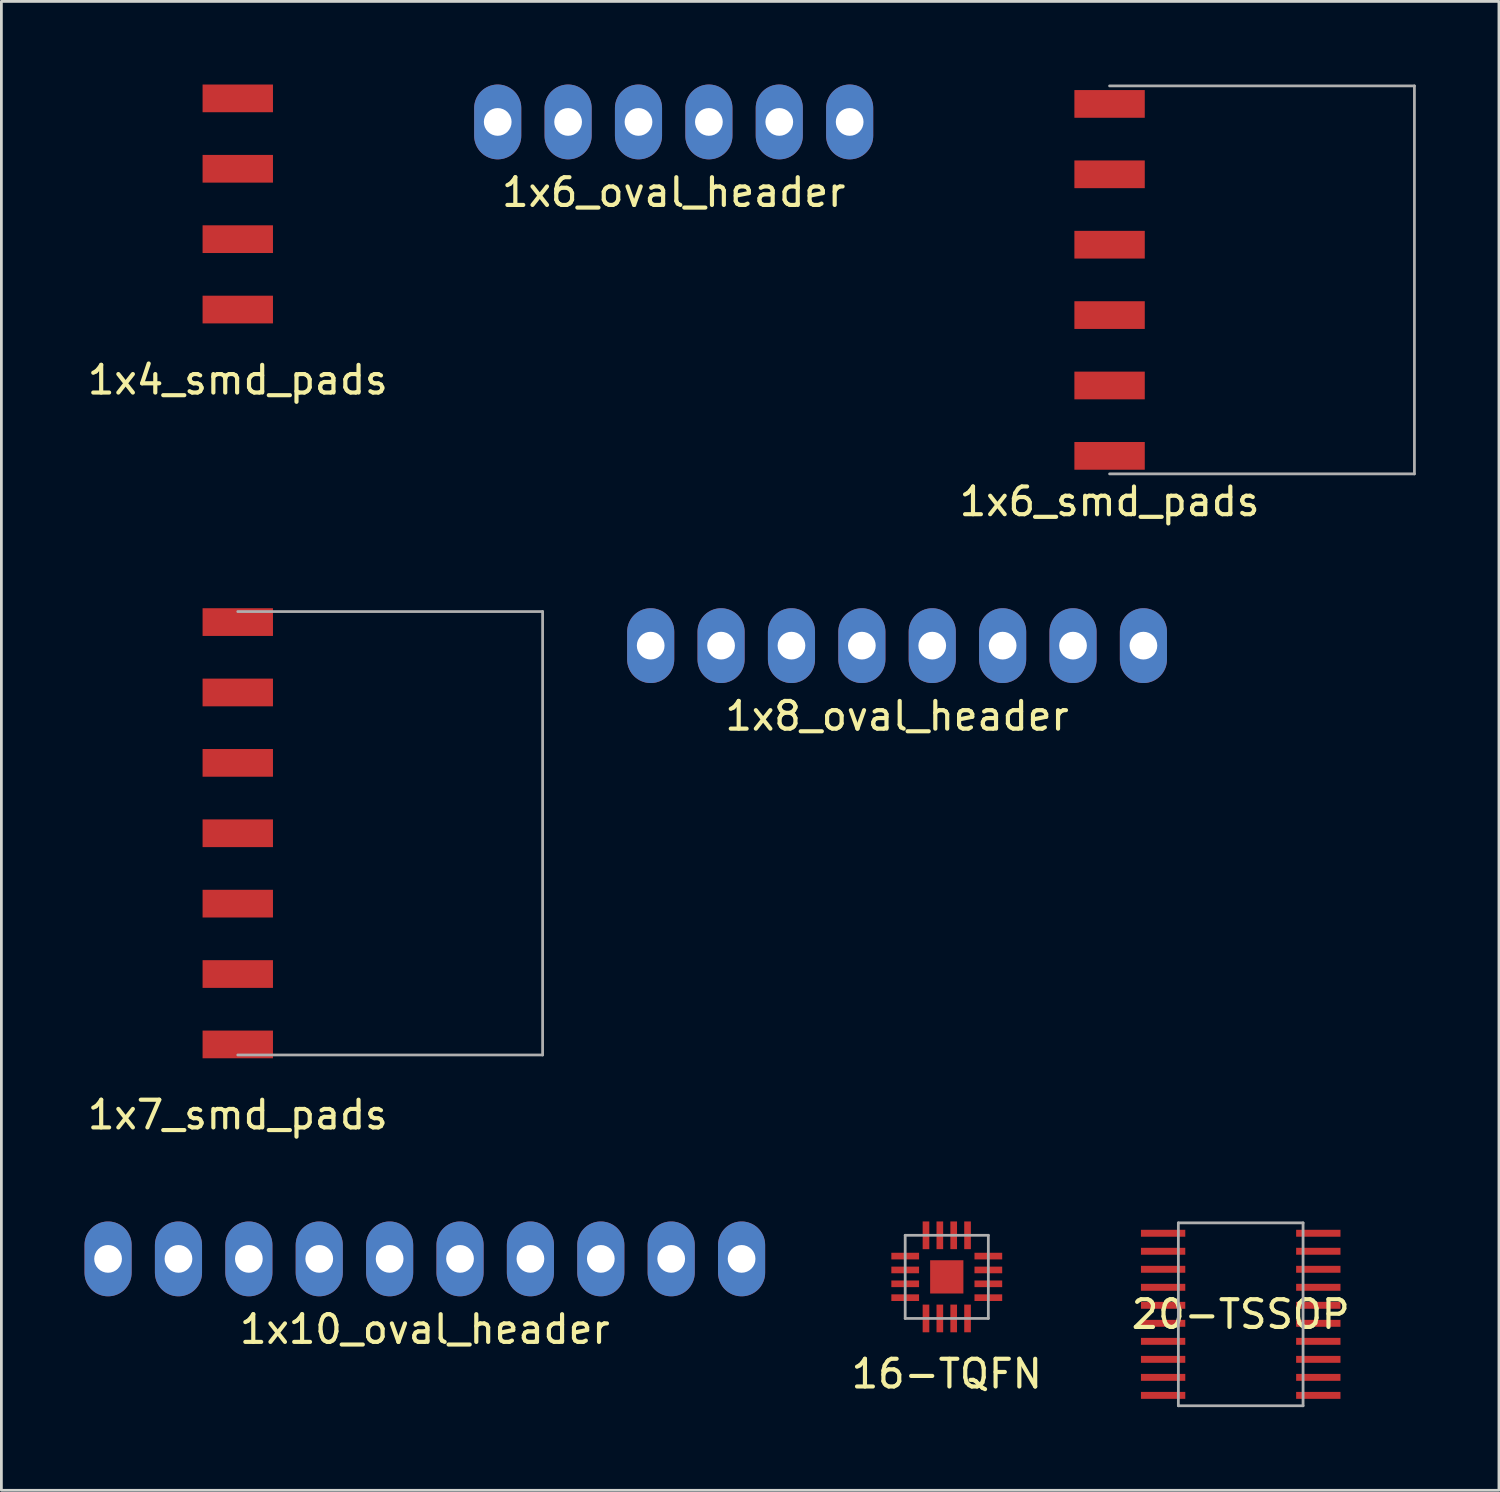
<source format=kicad_pcb>
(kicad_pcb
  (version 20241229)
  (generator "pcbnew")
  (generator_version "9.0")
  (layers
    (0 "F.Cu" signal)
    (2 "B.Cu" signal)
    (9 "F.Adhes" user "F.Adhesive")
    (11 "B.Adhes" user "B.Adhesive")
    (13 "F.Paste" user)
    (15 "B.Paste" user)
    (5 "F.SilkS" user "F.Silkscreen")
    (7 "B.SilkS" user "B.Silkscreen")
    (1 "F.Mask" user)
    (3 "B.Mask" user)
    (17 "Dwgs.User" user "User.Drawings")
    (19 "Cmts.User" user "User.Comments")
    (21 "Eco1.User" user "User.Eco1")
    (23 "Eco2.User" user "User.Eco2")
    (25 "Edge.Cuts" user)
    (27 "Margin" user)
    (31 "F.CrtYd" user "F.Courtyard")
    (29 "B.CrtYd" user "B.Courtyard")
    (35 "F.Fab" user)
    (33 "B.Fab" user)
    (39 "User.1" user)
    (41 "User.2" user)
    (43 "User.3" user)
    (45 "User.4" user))
  (footprint "1x6_smd_pads"
    (layer "F.Cu")
    (at 36.989 7.05)
    (property "Reference" "1x6_smd_pads" (at 0 8 0) (layer "F.SilkS") (effects (font (size 1 1) (thickness 0.15))))
    (attr through_hole)
    (fp_line (start 0 -7) (end 11 -7) (stroke (width 0.1) (type solid)) (layer "F.Fab"))
    (fp_line (start 0 7) (end 11 7) (stroke (width 0.1) (type solid)) (layer "F.Fab"))
    (fp_line (start 11 -7) (end 11 7) (stroke (width 0.1) (type solid)) (layer "F.Fab"))
    (pad "1" smd rect (at 0 -6.35) (size 2.54 1) (layers "F.Cu" "F.Mask" "F.Paste"))
    (pad "2" smd rect (at 0 -3.81) (size 2.54 1) (layers "F.Cu" "F.Mask" "F.Paste"))
    (pad "3" smd rect (at 0 -1.27) (size 2.54 1) (layers "F.Cu" "F.Mask" "F.Paste"))
    (pad "4" smd rect (at 0 1.27) (size 2.54 1) (layers "F.Cu" "F.Mask" "F.Paste"))
    (pad "5" smd rect (at 0 3.81) (size 2.54 1) (layers "F.Cu" "F.Mask" "F.Paste"))
    (pad "6" smd rect (at 0 6.35) (size 2.54 1) (layers "F.Cu" "F.Mask" "F.Paste")))
  (footprint "1x6_oval_header"
    (layer "F.Cu")
    (at 14.91 1.35)
    (property "Reference" "1x6_oval_header" (at 6.35 2.54 0) (layer "F.SilkS") (effects (font (size 1 1) (thickness 0.15))))
    (attr through_hole)
    (pad "1" thru_hole oval (at 0 0) (size 1.7 2.7) (drill 1) (layers "*.Cu" "*.Mask"))
    (pad "2" thru_hole oval (at 2.54 0) (size 1.7 2.7) (drill 1) (layers "*.Cu" "*.Mask"))
    (pad "3" thru_hole oval (at 5.08 0) (size 1.7 2.7) (drill 1) (layers "*.Cu" "*.Mask"))
    (pad "4" thru_hole oval (at 7.62 0) (size 1.7 2.7) (drill 1) (layers "*.Cu" "*.Mask"))
    (pad "5" thru_hole oval (at 10.16 0) (size 1.7 2.7) (drill 1) (layers "*.Cu" "*.Mask"))
    (pad "6" thru_hole oval (at 12.7 0) (size 1.7 2.7) (drill 1) (layers "*.Cu" "*.Mask")))
  (footprint "1x8_oval_header"
    (layer "F.Cu")
    (at 20.43 20.248)
    (property "Reference" "1x8_oval_header" (at 8.89 2.54 0) (layer "F.SilkS") (effects (font (size 1 1) (thickness 0.15))))
    (attr through_hole)
    (pad "1" thru_hole oval (at 0 0) (size 1.7 2.7) (drill 1) (layers "*.Cu" "*.Mask"))
    (pad "2" thru_hole oval (at 2.54 0) (size 1.7 2.7) (drill 1) (layers "*.Cu" "*.Mask"))
    (pad "3" thru_hole oval (at 5.08 0) (size 1.7 2.7) (drill 1) (layers "*.Cu" "*.Mask"))
    (pad "4" thru_hole oval (at 7.62 0) (size 1.7 2.7) (drill 1) (layers "*.Cu" "*.Mask"))
    (pad "5" thru_hole oval (at 10.16 0) (size 1.7 2.7) (drill 1) (layers "*.Cu" "*.Mask"))
    (pad "6" thru_hole oval (at 12.7 0) (size 1.7 2.7) (drill 1) (layers "*.Cu" "*.Mask"))
    (pad "7" thru_hole oval (at 15.24 0) (size 1.7 2.7) (drill 1) (layers "*.Cu" "*.Mask"))
    (pad "8" thru_hole oval (at 17.78 0) (size 1.7 2.7) (drill 1) (layers "*.Cu" "*.Mask")))
  (footprint "1x10_oval_header"
    (layer "F.Cu")
    (at 0.85 42.377)
    (property "Reference" "1x10_oval_header" (at 11.43 2.54 0) (layer "F.SilkS") (effects (font (size 1 1) (thickness 0.15))))
    (attr through_hole)
    (pad "1" thru_hole oval (at 0 0) (size 1.7 2.7) (drill 1) (layers "*.Cu" "*.Mask"))
    (pad "2" thru_hole oval (at 2.54 0) (size 1.7 2.7) (drill 1) (layers "*.Cu" "*.Mask"))
    (pad "3" thru_hole oval (at 5.08 0) (size 1.7 2.7) (drill 1) (layers "*.Cu" "*.Mask"))
    (pad "4" thru_hole oval (at 7.62 0) (size 1.7 2.7) (drill 1) (layers "*.Cu" "*.Mask"))
    (pad "5" thru_hole oval (at 10.16 0) (size 1.7 2.7) (drill 1) (layers "*.Cu" "*.Mask"))
    (pad "6" thru_hole oval (at 12.7 0) (size 1.7 2.7) (drill 1) (layers "*.Cu" "*.Mask"))
    (pad "7" thru_hole oval (at 15.24 0) (size 1.7 2.7) (drill 1) (layers "*.Cu" "*.Mask"))
    (pad "8" thru_hole oval (at 17.78 0) (size 1.7 2.7) (drill 1) (layers "*.Cu" "*.Mask"))
    (pad "9" thru_hole oval (at 20.32 0) (size 1.7 2.7) (drill 1) (layers "*.Cu" "*.Mask"))
    (pad "10" thru_hole oval (at 22.86 0) (size 1.7 2.7) (drill 1) (layers "*.Cu" "*.Mask")))
  (footprint "1x7_smd_pads"
    (layer "F.Cu")
    (at 5.53 27.018)
    (property "Reference" "1x7_smd_pads" (at 0 10.16 0) (layer "F.SilkS") (effects (font (size 1 1) (thickness 0.15))))
    (attr through_hole)
    (fp_line (start 0 -8) (end 11 -8) (stroke (width 0.1) (type solid)) (layer "F.Fab"))
    (fp_line (start 11 -8) (end 11 8) (stroke (width 0.1) (type solid)) (layer "F.Fab"))
    (fp_line (start 11 8) (end 0 8) (stroke (width 0.1) (type solid)) (layer "F.Fab"))
    (pad "1" smd rect (at 0 -7.62) (size 2.54 1) (layers "F.Cu" "F.Mask" "F.Paste"))
    (pad "2" smd rect (at 0 -5.08) (size 2.54 1) (layers "F.Cu" "F.Mask" "F.Paste"))
    (pad "3" smd rect (at 0 -2.54) (size 2.54 1) (layers "F.Cu" "F.Mask" "F.Paste"))
    (pad "4" smd rect (at 0 0) (size 2.54 1) (layers "F.Cu" "F.Mask" "F.Paste"))
    (pad "5" smd rect (at 0 2.54) (size 2.54 1) (layers "F.Cu" "F.Mask" "F.Paste"))
    (pad "6" smd rect (at 0 5.08) (size 2.54 1) (layers "F.Cu" "F.Mask" "F.Paste"))
    (pad "7" smd rect (at 0 7.62) (size 2.54 1) (layers "F.Cu" "F.Mask" "F.Paste")))
  (footprint "1x4_smd_pads"
    (layer "F.Cu")
    (at 5.53 4.31)
    (property "Reference" "1x4_smd_pads" (at 0 6.35 0) (layer "F.SilkS") (effects (font (size 1 1) (thickness 0.15))))
    (attr through_hole)
    (pad "1" smd rect (at 0 -3.81) (size 2.54 1) (layers "F.Cu" "F.Mask" "F.Paste"))
    (pad "2" smd rect (at 0 -1.27) (size 2.54 1) (layers "F.Cu" "F.Mask" "F.Paste"))
    (pad "3" smd rect (at 0 1.27) (size 2.54 1) (layers "F.Cu" "F.Mask" "F.Paste"))
    (pad "4" smd rect (at 0 3.81) (size 2.54 1) (layers "F.Cu" "F.Mask" "F.Paste")))
  (footprint "16-TQFN"
    (layer "F.Cu")
    (at 31.114 43.026)
    (property "Reference" "16-TQFN" (at 0 3.5 0) (layer "F.SilkS") (effects (font (size 1 1) (thickness 0.15))))
    (attr through_hole)
    (fp_line (start -1.5 -1.5) (end 1.5 -1.5) (stroke (width 0.1) (type solid)) (layer "F.Fab"))
    (fp_line (start -1.5 1.5) (end -1.5 -1.5) (stroke (width 0.1) (type solid)) (layer "F.Fab"))
    (fp_line (start 1.5 -1.5) (end 1.5 1.5) (stroke (width 0.1) (type solid)) (layer "F.Fab"))
    (fp_line (start 1.5 1.5) (end -1.5 1.5) (stroke (width 0.1) (type solid)) (layer "F.Fab"))
    (pad "" smd rect (at 0 0) (size 1.2 1.2) (layers "F.Cu" "F.Mask" "F.Paste"))
    (pad "1" smd rect (at -0.75 1.5) (size 0.24 1) (layers "F.Cu" "F.Mask" "F.Paste"))
    (pad "2" smd rect (at -0.25 1.5) (size 0.24 1) (layers "F.Cu" "F.Mask" "F.Paste"))
    (pad "3" smd rect (at 0.25 1.5) (size 0.24 1) (layers "F.Cu" "F.Mask" "F.Paste"))
    (pad "4" smd rect (at 0.75 1.5) (size 0.24 1) (layers "F.Cu" "F.Mask" "F.Paste"))
    (pad "5" smd rect (at 1.5 0.75) (size 1 0.24) (layers "F.Cu" "F.Mask" "F.Paste"))
    (pad "6" smd rect (at 1.5 0.25) (size 1 0.24) (layers "F.Cu" "F.Mask" "F.Paste"))
    (pad "7" smd rect (at 1.5 -0.25) (size 1 0.24) (layers "F.Cu" "F.Mask" "F.Paste"))
    (pad "8" smd rect (at 1.5 -0.75) (size 1 0.24) (layers "F.Cu" "F.Mask" "F.Paste"))
    (pad "9" smd rect (at 0.75 -1.5) (size 0.24 1) (layers "F.Cu" "F.Mask" "F.Paste"))
    (pad "10" smd rect (at 0.25 -1.5) (size 0.24 1) (layers "F.Cu" "F.Mask" "F.Paste"))
    (pad "11" smd rect (at -0.25 -1.5) (size 0.24 1) (layers "F.Cu" "F.Mask" "F.Paste"))
    (pad "12" smd rect (at -0.75 -1.5) (size 0.24 1) (layers "F.Cu" "F.Mask" "F.Paste"))
    (pad "13" smd rect (at -1.5 -0.75) (size 1 0.24) (layers "F.Cu" "F.Mask" "F.Paste"))
    (pad "14" smd rect (at -1.5 -0.25) (size 1 0.24) (layers "F.Cu" "F.Mask" "F.Paste"))
    (pad "15" smd rect (at -1.5 0.25) (size 1 0.24) (layers "F.Cu" "F.Mask" "F.Paste"))
    (pad "16" smd rect (at -1.5 0.75) (size 1 0.24) (layers "F.Cu" "F.Mask" "F.Paste")))
  (footprint "20-TSSOP"
    (layer "F.Cu")
    (at 41.721 44.377)
    (property "Reference" "20-TSSOP" (at 0 0 0) (layer "F.SilkS") (effects (font (size 1 1) (thickness 0.15))))
    (attr through_hole)
    (fp_line (start -2.25 -3.3) (end 2.25 -3.3) (stroke (width 0.1) (type solid)) (layer "F.Fab"))
    (fp_line (start -2.25 3.3) (end -2.25 -3.3) (stroke (width 0.1) (type solid)) (layer "F.Fab"))
    (fp_line (start 2.25 -3.3) (end 2.25 3.3) (stroke (width 0.1) (type solid)) (layer "F.Fab"))
    (fp_line (start 2.25 3.3) (end -2.25 3.3) (stroke (width 0.1) (type solid)) (layer "F.Fab"))
    (pad "1" smd rect (at -2.8 -2.925) (size 1.6 0.25) (layers "F.Cu" "F.Mask" "F.Paste"))
    (pad "2" smd rect (at -2.8 -2.275) (size 1.6 0.25) (layers "F.Cu" "F.Mask" "F.Paste"))
    (pad "3" smd rect (at -2.8 -1.625) (size 1.6 0.25) (layers "F.Cu" "F.Mask" "F.Paste"))
    (pad "4" smd rect (at -2.8 -0.975) (size 1.6 0.25) (layers "F.Cu" "F.Mask" "F.Paste"))
    (pad "5" smd rect (at -2.8 -0.325) (size 1.6 0.25) (layers "F.Cu" "F.Mask" "F.Paste"))
    (pad "6" smd rect (at -2.8 0.325) (size 1.6 0.25) (layers "F.Cu" "F.Mask" "F.Paste"))
    (pad "7" smd rect (at -2.8 0.975) (size 1.6 0.25) (layers "F.Cu" "F.Mask" "F.Paste"))
    (pad "8" smd rect (at -2.8 1.625) (size 1.6 0.25) (layers "F.Cu" "F.Mask" "F.Paste"))
    (pad "9" smd rect (at -2.8 2.275) (size 1.6 0.25) (layers "F.Cu" "F.Mask" "F.Paste"))
    (pad "10" smd rect (at -2.8 2.925) (size 1.6 0.25) (layers "F.Cu" "F.Mask" "F.Paste"))
    (pad "11" smd rect (at 2.8 2.925) (size 1.6 0.25) (layers "F.Cu" "F.Mask" "F.Paste"))
    (pad "12" smd rect (at 2.8 2.275) (size 1.6 0.25) (layers "F.Cu" "F.Mask" "F.Paste"))
    (pad "13" smd rect (at 2.8 1.625) (size 1.6 0.25) (layers "F.Cu" "F.Mask" "F.Paste"))
    (pad "14" smd rect (at 2.8 0.975) (size 1.6 0.25) (layers "F.Cu" "F.Mask" "F.Paste"))
    (pad "15" smd rect (at 2.8 0.325) (size 1.6 0.25) (layers "F.Cu" "F.Mask" "F.Paste"))
    (pad "16" smd rect (at 2.8 -0.325) (size 1.6 0.25) (layers "F.Cu" "F.Mask" "F.Paste"))
    (pad "17" smd rect (at 2.8 -0.975) (size 1.6 0.25) (layers "F.Cu" "F.Mask" "F.Paste"))
    (pad "18" smd rect (at 2.8 -1.625) (size 1.6 0.25) (layers "F.Cu" "F.Mask" "F.Paste"))
    (pad "19" smd rect (at 2.8 -2.275) (size 1.6 0.25) (layers "F.Cu" "F.Mask" "F.Paste"))
    (pad "20" smd rect (at 2.8 -2.925) (size 1.6 0.25) (layers "F.Cu" "F.Mask" "F.Paste")))
  (gr_rect
    (start -3 -3)
    (end 51.039 50.727)
    (stroke (width 0.1) (type default))
    (fill no)
    (layer "Edge.Cuts")))
</source>
